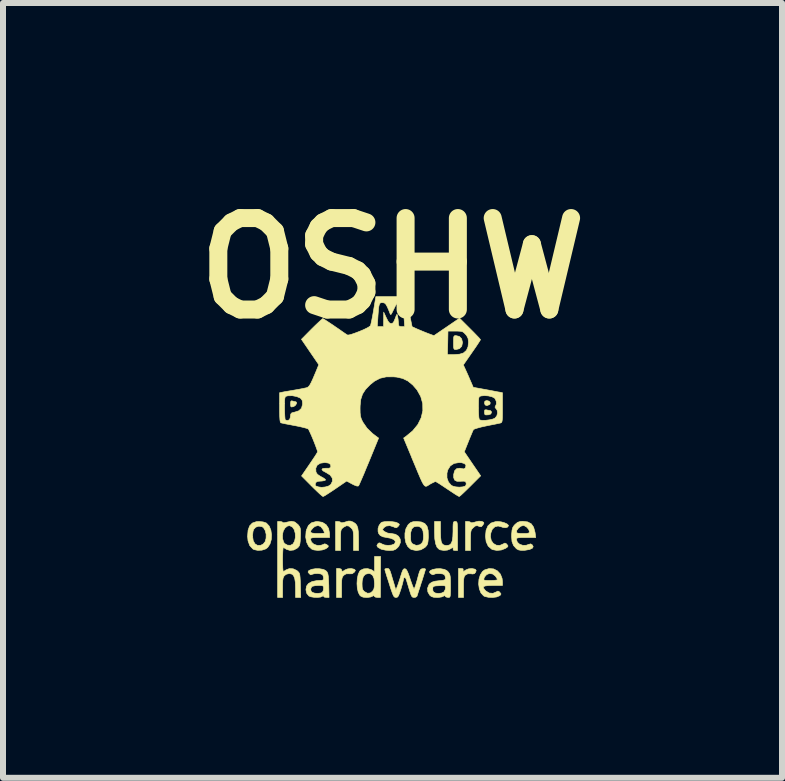
<source format=kicad_pcb>
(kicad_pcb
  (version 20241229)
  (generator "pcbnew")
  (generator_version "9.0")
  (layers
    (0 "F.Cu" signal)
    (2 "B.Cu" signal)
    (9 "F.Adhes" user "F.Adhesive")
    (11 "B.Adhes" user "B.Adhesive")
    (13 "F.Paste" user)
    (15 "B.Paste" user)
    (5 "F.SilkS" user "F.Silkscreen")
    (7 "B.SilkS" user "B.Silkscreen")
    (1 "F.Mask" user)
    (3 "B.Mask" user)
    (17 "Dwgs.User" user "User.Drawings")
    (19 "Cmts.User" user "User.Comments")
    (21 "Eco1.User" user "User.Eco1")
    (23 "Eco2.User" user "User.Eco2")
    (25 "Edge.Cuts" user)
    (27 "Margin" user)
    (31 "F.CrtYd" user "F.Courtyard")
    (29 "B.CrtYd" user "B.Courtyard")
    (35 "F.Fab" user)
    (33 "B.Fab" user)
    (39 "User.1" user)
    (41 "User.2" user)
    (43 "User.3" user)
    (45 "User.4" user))
  (footprint "OSHW"
    (layer "F.Cu")
    (at 3.491 4.441)
    (property "Reference" "OSHW" (at 0 -3.023 0) (layer "F.SilkS") (effects (font (size 1.524 1.524) (thickness 0.3))))
    (attr through_hole)
    (fp_poly (pts (xy 1.61 -0.806) (xy 1.628 -0.783) (xy 1.625 -0.758) (xy 1.614 -0.748) (xy 1.572 -0.732) (xy 1.543 -0.743) (xy 1.532 -0.774) (xy 1.539 -0.806) (xy 1.566 -0.816) (xy 1.574 -0.816) (xy 1.61 -0.806)) (stroke (width 0.01) (type solid)) (fill yes) (layer "F.SilkS"))
    (fp_poly (pts (xy 1.57 -0.66) (xy 1.609 -0.652) (xy 1.628 -0.65) (xy 1.645 -0.636) (xy 1.649 -0.618) (xy 1.637 -0.592) (xy 1.599 -0.579) (xy 1.561 -0.577) (xy 1.541 -0.58) (xy 1.534 -0.601) (xy 1.532 -0.629) (xy 1.537 -0.659) (xy 1.558 -0.663) (xy 1.57 -0.66)) (stroke (width 0.01) (type solid)) (fill yes) (layer "F.SilkS"))
    (fp_poly (pts (xy -1.673 -0.81) (xy -1.634 -0.8) (xy -1.621 -0.799) (xy -1.601 -0.789) (xy -1.6 -0.766) (xy -1.616 -0.739) (xy -1.644 -0.718) (xy -1.653 -0.715) (xy -1.684 -0.709) (xy -1.696 -0.72) (xy -1.699 -0.755) (xy -1.699 -0.761) (xy -1.696 -0.8) (xy -1.684 -0.812) (xy -1.673 -0.81)) (stroke (width 0.01) (type solid)) (fill yes) (layer "F.SilkS"))
    (fp_poly (pts (xy 1.113 -1.885) (xy 1.151 -1.846) (xy 1.166 -1.786) (xy 1.166 -1.782) (xy 1.153 -1.721) (xy 1.115 -1.681) (xy 1.057 -1.666) (xy 1.054 -1.666) (xy 1.034 -1.668) (xy 1.023 -1.679) (xy 1.017 -1.707) (xy 1.016 -1.759) (xy 1.016 -1.782) (xy 1.017 -1.843) (xy 1.02 -1.878) (xy 1.03 -1.894) (xy 1.046 -1.899) (xy 1.054 -1.899) (xy 1.113 -1.885)) (stroke (width 0.01) (type solid)) (fill yes) (layer "F.SilkS"))
    (fp_poly (pts (xy 1.174 1.987) (xy 1.177 2.005) (xy 1.177 2.007) (xy 1.175 2.029) (xy 1.194 2.026) (xy 1.223 2.006) (xy 1.268 1.988) (xy 1.324 1.983) (xy 1.372 1.993) (xy 1.38 1.997) (xy 1.394 2.016) (xy 1.384 2.045) (xy 1.365 2.068) (xy 1.334 2.074) (xy 1.307 2.07) (xy 1.254 2.07) (xy 1.215 2.091) (xy 1.2 2.108) (xy 1.191 2.133) (xy 1.185 2.171) (xy 1.183 2.231) (xy 1.183 2.293) (xy 1.183 2.465) (xy 1.099 2.465) (xy 1.099 1.982) (xy 1.143 1.982) (xy 1.174 1.987)) (stroke (width 0.01) (type solid)) (fill yes) (layer "F.SilkS"))
    (fp_poly (pts (xy 1.488 1.198) (xy 1.491 1.199) (xy 1.519 1.213) (xy 1.522 1.229) (xy 1.506 1.257) (xy 1.482 1.285) (xy 1.458 1.286) (xy 1.448 1.282) (xy 1.41 1.268) (xy 1.377 1.275) (xy 1.34 1.307) (xy 1.321 1.328) (xy 1.309 1.351) (xy 1.303 1.385) (xy 1.3 1.436) (xy 1.299 1.512) (xy 1.299 1.682) (xy 1.216 1.682) (xy 1.216 1.199) (xy 1.256 1.199) (xy 1.289 1.205) (xy 1.302 1.215) (xy 1.32 1.221) (xy 1.361 1.213) (xy 1.378 1.207) (xy 1.44 1.193) (xy 1.488 1.198)) (stroke (width 0.01) (type solid)) (fill yes) (layer "F.SilkS"))
    (fp_poly (pts (xy -0.858 1.991) (xy -0.849 2.007) (xy -0.842 2.029) (xy -0.82 2.025) (xy -0.792 2.006) (xy -0.746 1.988) (xy -0.689 1.983) (xy -0.64 1.994) (xy -0.634 1.998) (xy -0.619 2.013) (xy -0.628 2.033) (xy -0.639 2.046) (xy -0.673 2.07) (xy -0.719 2.071) (xy -0.724 2.07) (xy -0.773 2.071) (xy -0.811 2.094) (xy -0.814 2.097) (xy -0.831 2.117) (xy -0.841 2.142) (xy -0.847 2.18) (xy -0.849 2.239) (xy -0.849 2.298) (xy -0.849 2.465) (xy -0.933 2.465) (xy -0.933 1.982) (xy -0.891 1.982) (xy -0.858 1.991)) (stroke (width 0.01) (type solid)) (fill yes) (layer "F.SilkS"))
    (fp_poly (pts (xy -0.666 1.205) (xy -0.659 1.208) (xy -0.622 1.231) (xy -0.596 1.261) (xy -0.579 1.306) (xy -0.57 1.369) (xy -0.567 1.458) (xy -0.566 1.5) (xy -0.566 1.682) (xy -0.65 1.682) (xy -0.65 1.515) (xy -0.65 1.438) (xy -0.653 1.386) (xy -0.659 1.352) (xy -0.671 1.329) (xy -0.69 1.307) (xy -0.69 1.307) (xy -0.732 1.274) (xy -0.769 1.27) (xy -0.813 1.293) (xy -0.822 1.3) (xy -0.842 1.317) (xy -0.855 1.336) (xy -0.862 1.364) (xy -0.865 1.408) (xy -0.866 1.475) (xy -0.866 1.509) (xy -0.866 1.682) (xy -0.949 1.682) (xy -0.949 1.199) (xy -0.909 1.199) (xy -0.876 1.205) (xy -0.863 1.215) (xy -0.845 1.221) (xy -0.804 1.213) (xy -0.786 1.207) (xy -0.737 1.192) (xy -0.703 1.192) (xy -0.666 1.205)) (stroke (width 0.01) (type solid)) (fill yes) (layer "F.SilkS"))
    (fp_poly (pts (xy 1.81 1.205) (xy 1.864 1.22) (xy 1.908 1.24) (xy 1.931 1.262) (xy 1.932 1.269) (xy 1.918 1.292) (xy 1.884 1.302) (xy 1.841 1.298) (xy 1.82 1.29) (xy 1.758 1.274) (xy 1.705 1.288) (xy 1.663 1.327) (xy 1.638 1.391) (xy 1.632 1.451) (xy 1.645 1.516) (xy 1.68 1.565) (xy 1.73 1.594) (xy 1.787 1.598) (xy 1.843 1.574) (xy 1.872 1.559) (xy 1.894 1.568) (xy 1.907 1.582) (xy 1.923 1.604) (xy 1.92 1.62) (xy 1.893 1.64) (xy 1.88 1.648) (xy 1.813 1.674) (xy 1.738 1.681) (xy 1.669 1.668) (xy 1.652 1.66) (xy 1.594 1.609) (xy 1.56 1.535) (xy 1.549 1.444) (xy 1.559 1.345) (xy 1.59 1.272) (xy 1.641 1.225) (xy 1.714 1.202) (xy 1.754 1.199) (xy 1.81 1.205)) (stroke (width 0.01) (type solid)) (fill yes) (layer "F.SilkS"))
    (fp_poly (pts (xy -2.157 1.206) (xy -2.106 1.223) (xy -2.101 1.226) (xy -2.055 1.276) (xy -2.027 1.344) (xy -2.016 1.422) (xy -2.021 1.502) (xy -2.042 1.574) (xy -2.08 1.631) (xy -2.113 1.656) (xy -2.177 1.677) (xy -2.247 1.68) (xy -2.309 1.667) (xy -2.328 1.656) (xy -2.379 1.601) (xy -2.408 1.521) (xy -2.415 1.448) (xy -2.332 1.448) (xy -2.321 1.52) (xy -2.292 1.571) (xy -2.25 1.597) (xy -2.197 1.596) (xy -2.154 1.574) (xy -2.122 1.534) (xy -2.107 1.477) (xy -2.106 1.412) (xy -2.121 1.351) (xy -2.149 1.304) (xy -2.173 1.286) (xy -2.228 1.277) (xy -2.28 1.294) (xy -2.314 1.331) (xy -2.325 1.366) (xy -2.331 1.42) (xy -2.332 1.448) (xy -2.415 1.448) (xy -2.415 1.443) (xy -2.407 1.344) (xy -2.381 1.272) (xy -2.336 1.225) (xy -2.27 1.202) (xy -2.224 1.199) (xy -2.157 1.206)) (stroke (width 0.01) (type solid)) (fill yes) (layer "F.SilkS"))
    (fp_poly (pts (xy 0.799 1.372) (xy 0.802 1.464) (xy 0.81 1.529) (xy 0.826 1.569) (xy 0.853 1.591) (xy 0.891 1.599) (xy 0.902 1.599) (xy 0.946 1.592) (xy 0.976 1.567) (xy 0.995 1.522) (xy 1.005 1.451) (xy 1.008 1.364) (xy 1.008 1.289) (xy 1.01 1.241) (xy 1.015 1.214) (xy 1.024 1.202) (xy 1.04 1.199) (xy 1.045 1.199) (xy 1.06 1.2) (xy 1.07 1.207) (xy 1.077 1.223) (xy 1.08 1.255) (xy 1.082 1.308) (xy 1.083 1.386) (xy 1.083 1.441) (xy 1.083 1.682) (xy 1.042 1.682) (xy 1.012 1.676) (xy 1.01 1.657) (xy 1.011 1.636) (xy 0.991 1.638) (xy 0.959 1.658) (xy 0.914 1.676) (xy 0.855 1.681) (xy 0.798 1.672) (xy 0.777 1.663) (xy 0.742 1.629) (xy 0.719 1.572) (xy 0.704 1.488) (xy 0.7 1.376) (xy 0.7 1.366) (xy 0.7 1.199) (xy 0.799 1.199) (xy 0.799 1.372)) (stroke (width 0.01) (type solid)) (fill yes) (layer "F.SilkS"))
    (fp_poly (pts (xy -0.202 2.465) (xy -0.25 2.465) (xy -0.286 2.459) (xy -0.305 2.444) (xy -0.316 2.432) (xy -0.334 2.444) (xy -0.364 2.457) (xy -0.411 2.464) (xy -0.433 2.465) (xy -0.491 2.46) (xy -0.53 2.442) (xy -0.545 2.428) (xy -0.571 2.379) (xy -0.587 2.31) (xy -0.592 2.235) (xy -0.508 2.235) (xy -0.506 2.294) (xy -0.498 2.331) (xy -0.48 2.357) (xy -0.469 2.367) (xy -0.417 2.395) (xy -0.37 2.39) (xy -0.334 2.362) (xy -0.312 2.328) (xy -0.302 2.28) (xy -0.3 2.232) (xy -0.308 2.149) (xy -0.332 2.095) (xy -0.373 2.068) (xy -0.398 2.065) (xy -0.452 2.078) (xy -0.487 2.117) (xy -0.505 2.184) (xy -0.508 2.235) (xy -0.592 2.235) (xy -0.592 2.231) (xy -0.587 2.151) (xy -0.572 2.08) (xy -0.547 2.027) (xy -0.533 2.012) (xy -0.48 1.988) (xy -0.415 1.984) (xy -0.354 2.002) (xy -0.341 2.009) (xy -0.3 2.036) (xy -0.3 1.782) (xy -0.199 1.782) (xy -0.202 2.465)) (stroke (width 0.01) (type solid)) (fill yes) (layer "F.SilkS"))
    (fp_poly (pts (xy 0.48 1.207) (xy 0.538 1.233) (xy 0.575 1.279) (xy 0.594 1.349) (xy 0.597 1.446) (xy 0.597 1.462) (xy 0.592 1.527) (xy 0.585 1.569) (xy 0.571 1.598) (xy 0.547 1.625) (xy 0.536 1.634) (xy 0.471 1.671) (xy 0.395 1.683) (xy 0.318 1.667) (xy 0.298 1.657) (xy 0.253 1.615) (xy 0.222 1.552) (xy 0.207 1.475) (xy 0.207 1.442) (xy 0.3 1.442) (xy 0.302 1.503) (xy 0.309 1.539) (xy 0.324 1.563) (xy 0.337 1.573) (xy 0.394 1.597) (xy 0.449 1.589) (xy 0.483 1.566) (xy 0.504 1.536) (xy 0.514 1.492) (xy 0.516 1.435) (xy 0.508 1.357) (xy 0.484 1.307) (xy 0.441 1.282) (xy 0.408 1.278) (xy 0.355 1.289) (xy 0.321 1.322) (xy 0.303 1.382) (xy 0.3 1.442) (xy 0.207 1.442) (xy 0.207 1.395) (xy 0.223 1.32) (xy 0.257 1.258) (xy 0.268 1.245) (xy 0.303 1.216) (xy 0.342 1.203) (xy 0.399 1.199) (xy 0.4 1.199) (xy 0.48 1.207)) (stroke (width 0.01) (type solid)) (fill yes) (layer "F.SilkS"))
    (fp_poly (pts (xy 1.684 1.989) (xy 1.747 2.021) (xy 1.797 2.075) (xy 1.826 2.149) (xy 1.832 2.205) (xy 1.832 2.265) (xy 1.674 2.265) (xy 1.591 2.267) (xy 1.539 2.274) (xy 1.515 2.288) (xy 1.517 2.31) (xy 1.543 2.344) (xy 1.557 2.358) (xy 1.611 2.391) (xy 1.673 2.396) (xy 1.726 2.374) (xy 1.755 2.359) (xy 1.777 2.368) (xy 1.789 2.381) (xy 1.807 2.405) (xy 1.801 2.422) (xy 1.78 2.438) (xy 1.732 2.457) (xy 1.667 2.465) (xy 1.598 2.462) (xy 1.539 2.449) (xy 1.518 2.438) (xy 1.473 2.389) (xy 1.446 2.321) (xy 1.435 2.243) (xy 1.44 2.164) (xy 1.52 2.164) (xy 1.527 2.175) (xy 1.551 2.18) (xy 1.598 2.182) (xy 1.631 2.182) (xy 1.689 2.18) (xy 1.731 2.175) (xy 1.749 2.168) (xy 1.749 2.167) (xy 1.739 2.146) (xy 1.716 2.112) (xy 1.714 2.109) (xy 1.669 2.074) (xy 1.617 2.065) (xy 1.569 2.083) (xy 1.533 2.124) (xy 1.525 2.144) (xy 1.52 2.164) (xy 1.44 2.164) (xy 1.44 2.163) (xy 1.462 2.09) (xy 1.499 2.032) (xy 1.534 2.006) (xy 1.61 1.983) (xy 1.684 1.989)) (stroke (width 0.01) (type solid)) (fill yes) (layer "F.SilkS"))
    (fp_poly (pts (xy -1.169 1.213) (xy -1.106 1.253) (xy -1.065 1.316) (xy -1.049 1.4) (xy -1.049 1.407) (xy -1.049 1.466) (xy -1.208 1.466) (xy -1.281 1.466) (xy -1.328 1.469) (xy -1.354 1.475) (xy -1.364 1.485) (xy -1.366 1.496) (xy -1.351 1.542) (xy -1.311 1.578) (xy -1.257 1.597) (xy -1.235 1.599) (xy -1.189 1.594) (xy -1.157 1.583) (xy -1.154 1.581) (xy -1.129 1.571) (xy -1.101 1.581) (xy -1.072 1.602) (xy -1.072 1.622) (xy -1.102 1.646) (xy -1.114 1.654) (xy -1.172 1.674) (xy -1.243 1.681) (xy -1.31 1.673) (xy -1.345 1.66) (xy -1.397 1.613) (xy -1.431 1.544) (xy -1.447 1.46) (xy -1.441 1.374) (xy -1.367 1.374) (xy -1.346 1.391) (xy -1.294 1.398) (xy -1.249 1.399) (xy -1.192 1.398) (xy -1.15 1.395) (xy -1.133 1.39) (xy -1.133 1.39) (xy -1.14 1.37) (xy -1.156 1.335) (xy -1.157 1.334) (xy -1.196 1.284) (xy -1.242 1.266) (xy -1.293 1.281) (xy -1.325 1.307) (xy -1.359 1.347) (xy -1.367 1.374) (xy -1.441 1.374) (xy -1.441 1.369) (xy -1.434 1.338) (xy -1.401 1.265) (xy -1.349 1.22) (xy -1.275 1.2) (xy -1.251 1.199) (xy -1.169 1.213)) (stroke (width 0.01) (type solid)) (fill yes) (layer "F.SilkS"))
    (fp_poly (pts (xy -0.009 1.202) (xy 0.046 1.21) (xy 0.072 1.218) (xy 0.106 1.237) (xy 0.114 1.252) (xy 0.1 1.273) (xy 0.093 1.281) (xy 0.069 1.302) (xy 0.044 1.301) (xy 0.02 1.289) (xy -0.047 1.268) (xy -0.105 1.275) (xy -0.143 1.301) (xy -0.164 1.327) (xy -0.161 1.344) (xy -0.135 1.367) (xy -0.079 1.393) (xy -0.022 1.399) (xy 0.049 1.412) (xy 0.1 1.445) (xy 0.128 1.493) (xy 0.131 1.55) (xy 0.106 1.608) (xy 0.085 1.634) (xy 0.05 1.663) (xy 0.014 1.678) (xy -0.038 1.682) (xy -0.053 1.682) (xy -0.115 1.677) (xy -0.173 1.665) (xy -0.194 1.658) (xy -0.243 1.63) (xy -0.261 1.602) (xy -0.246 1.572) (xy -0.245 1.571) (xy -0.224 1.555) (xy -0.201 1.56) (xy -0.178 1.573) (xy -0.132 1.591) (xy -0.075 1.597) (xy -0.018 1.592) (xy 0.025 1.576) (xy 0.04 1.562) (xy 0.046 1.528) (xy 0.021 1.5) (xy -0.033 1.478) (xy -0.088 1.468) (xy -0.16 1.454) (xy -0.205 1.432) (xy -0.231 1.399) (xy -0.241 1.366) (xy -0.241 1.315) (xy -0.223 1.262) (xy -0.193 1.222) (xy -0.174 1.21) (xy -0.132 1.202) (xy -0.072 1.199) (xy -0.009 1.202)) (stroke (width 0.01) (type solid)) (fill yes) (layer "F.SilkS"))
    (fp_poly (pts (xy 2.252 1.206) (xy 2.312 1.238) (xy 2.351 1.294) (xy 2.374 1.378) (xy 2.376 1.388) (xy 2.386 1.466) (xy 2.226 1.466) (xy 2.152 1.466) (xy 2.105 1.469) (xy 2.079 1.474) (xy 2.068 1.484) (xy 2.065 1.499) (xy 2.08 1.545) (xy 2.118 1.578) (xy 2.17 1.596) (xy 2.229 1.595) (xy 2.268 1.581) (xy 2.302 1.572) (xy 2.329 1.589) (xy 2.344 1.619) (xy 2.329 1.645) (xy 2.285 1.665) (xy 2.217 1.677) (xy 2.203 1.679) (xy 2.142 1.68) (xy 2.101 1.673) (xy 2.068 1.655) (xy 2.063 1.651) (xy 2.017 1.6) (xy 1.991 1.535) (xy 1.984 1.448) (xy 1.985 1.407) (xy 1.989 1.369) (xy 2.065 1.369) (xy 2.07 1.385) (xy 2.087 1.394) (xy 2.125 1.398) (xy 2.174 1.399) (xy 2.233 1.398) (xy 2.265 1.393) (xy 2.279 1.382) (xy 2.282 1.369) (xy 2.268 1.329) (xy 2.234 1.291) (xy 2.193 1.268) (xy 2.178 1.266) (xy 2.137 1.278) (xy 2.098 1.309) (xy 2.07 1.347) (xy 2.065 1.369) (xy 1.989 1.369) (xy 1.991 1.344) (xy 2.002 1.302) (xy 2.023 1.269) (xy 2.043 1.247) (xy 2.084 1.213) (xy 2.128 1.199) (xy 2.17 1.196) (xy 2.252 1.206)) (stroke (width 0.01) (type solid)) (fill yes) (layer "F.SilkS"))
    (fp_poly (pts (xy -1.159 1.996) (xy -1.136 2.005) (xy -1.109 2.021) (xy -1.091 2.04) (xy -1.078 2.069) (xy -1.07 2.113) (xy -1.066 2.177) (xy -1.062 2.268) (xy -1.062 2.286) (xy -1.058 2.465) (xy -1.103 2.465) (xy -1.137 2.459) (xy -1.149 2.445) (xy -1.154 2.433) (xy -1.169 2.445) (xy -1.201 2.459) (xy -1.252 2.464) (xy -1.311 2.462) (xy -1.364 2.453) (xy -1.394 2.44) (xy -1.429 2.397) (xy -1.443 2.338) (xy -1.441 2.323) (xy -1.364 2.323) (xy -1.357 2.361) (xy -1.337 2.38) (xy -1.295 2.394) (xy -1.243 2.397) (xy -1.195 2.391) (xy -1.169 2.378) (xy -1.154 2.348) (xy -1.149 2.312) (xy -1.151 2.285) (xy -1.163 2.271) (xy -1.192 2.266) (xy -1.238 2.265) (xy -1.291 2.269) (xy -1.332 2.278) (xy -1.346 2.285) (xy -1.364 2.323) (xy -1.441 2.323) (xy -1.433 2.276) (xy -1.433 2.276) (xy -1.4 2.232) (xy -1.341 2.2) (xy -1.263 2.184) (xy -1.225 2.182) (xy -1.178 2.18) (xy -1.156 2.172) (xy -1.149 2.152) (xy -1.149 2.144) (xy -1.157 2.104) (xy -1.169 2.085) (xy -1.2 2.072) (xy -1.247 2.066) (xy -1.297 2.068) (xy -1.335 2.077) (xy -1.343 2.082) (xy -1.366 2.087) (xy -1.388 2.068) (xy -1.407 2.043) (xy -1.402 2.025) (xy -1.39 2.015) (xy -1.348 1.996) (xy -1.287 1.986) (xy -1.22 1.986) (xy -1.159 1.996)) (stroke (width 0.01) (type solid)) (fill yes) (layer "F.SilkS"))
    (fp_poly (pts (xy 0.803 1.986) (xy 0.864 1.997) (xy 0.905 2.017) (xy 0.928 2.039) (xy 0.944 2.061) (xy 0.955 2.086) (xy 0.962 2.12) (xy 0.965 2.171) (xy 0.966 2.246) (xy 0.966 2.274) (xy 0.966 2.356) (xy 0.964 2.411) (xy 0.961 2.443) (xy 0.953 2.459) (xy 0.941 2.464) (xy 0.926 2.465) (xy 0.892 2.457) (xy 0.878 2.444) (xy 0.867 2.432) (xy 0.848 2.444) (xy 0.82 2.456) (xy 0.771 2.464) (xy 0.741 2.465) (xy 0.682 2.461) (xy 0.644 2.447) (xy 0.619 2.426) (xy 0.588 2.372) (xy 0.584 2.312) (xy 0.669 2.312) (xy 0.673 2.353) (xy 0.684 2.374) (xy 0.716 2.392) (xy 0.765 2.398) (xy 0.816 2.392) (xy 0.854 2.374) (xy 0.857 2.372) (xy 0.877 2.335) (xy 0.883 2.305) (xy 0.881 2.282) (xy 0.87 2.271) (xy 0.844 2.267) (xy 0.793 2.268) (xy 0.779 2.269) (xy 0.721 2.272) (xy 0.689 2.279) (xy 0.674 2.293) (xy 0.669 2.312) (xy 0.584 2.312) (xy 0.584 2.31) (xy 0.606 2.253) (xy 0.623 2.233) (xy 0.659 2.209) (xy 0.708 2.194) (xy 0.773 2.186) (xy 0.832 2.18) (xy 0.865 2.173) (xy 0.88 2.16) (xy 0.883 2.141) (xy 0.874 2.103) (xy 0.863 2.085) (xy 0.835 2.073) (xy 0.79 2.067) (xy 0.742 2.067) (xy 0.704 2.073) (xy 0.691 2.082) (xy 0.672 2.087) (xy 0.645 2.075) (xy 0.622 2.054) (xy 0.616 2.038) (xy 0.631 2.016) (xy 0.671 1.998) (xy 0.728 1.987) (xy 0.791 1.985) (xy 0.803 1.986)) (stroke (width 0.01) (type solid)) (fill yes) (layer "F.SilkS"))
    (fp_poly (pts (xy -0.077 1.982) (xy -0.064 1.987) (xy -0.053 2) (xy -0.04 2.026) (xy -0.025 2.071) (xy -0.005 2.139) (xy 0.018 2.215) (xy 0.055 2.34) (xy 0.076 2.29) (xy 0.091 2.25) (xy 0.111 2.19) (xy 0.133 2.122) (xy 0.136 2.111) (xy 0.157 2.045) (xy 0.173 2.007) (xy 0.189 1.989) (xy 0.207 1.986) (xy 0.207 1.986) (xy 0.225 1.995) (xy 0.243 2.022) (xy 0.264 2.07) (xy 0.29 2.145) (xy 0.292 2.154) (xy 0.316 2.222) (xy 0.336 2.277) (xy 0.352 2.311) (xy 0.359 2.32) (xy 0.368 2.306) (xy 0.383 2.267) (xy 0.401 2.208) (xy 0.415 2.157) (xy 0.435 2.082) (xy 0.45 2.033) (xy 0.464 2.005) (xy 0.479 1.991) (xy 0.499 1.986) (xy 0.504 1.985) (xy 0.537 1.985) (xy 0.55 1.993) (xy 0.545 2.012) (xy 0.531 2.058) (xy 0.511 2.122) (xy 0.487 2.199) (xy 0.481 2.214) (xy 0.456 2.294) (xy 0.433 2.363) (xy 0.417 2.415) (xy 0.408 2.442) (xy 0.407 2.444) (xy 0.388 2.46) (xy 0.36 2.465) (xy 0.339 2.462) (xy 0.323 2.45) (xy 0.308 2.421) (xy 0.291 2.371) (xy 0.275 2.319) (xy 0.255 2.252) (xy 0.238 2.197) (xy 0.227 2.16) (xy 0.225 2.153) (xy 0.208 2.133) (xy 0.189 2.139) (xy 0.183 2.159) (xy 0.178 2.186) (xy 0.166 2.236) (xy 0.147 2.3) (xy 0.14 2.325) (xy 0.117 2.393) (xy 0.1 2.435) (xy 0.085 2.457) (xy 0.067 2.464) (xy 0.057 2.465) (xy 0.04 2.462) (xy 0.025 2.451) (xy 0.01 2.425) (xy -0.007 2.381) (xy -0.031 2.312) (xy -0.047 2.261) (xy -0.073 2.18) (xy -0.096 2.109) (xy -0.113 2.053) (xy -0.123 2.021) (xy -0.124 2.02) (xy -0.128 1.992) (xy -0.109 1.983) (xy -0.094 1.982) (xy -0.077 1.982)) (stroke (width 0.01) (type solid)) (fill yes) (layer "F.SilkS"))
    (fp_poly (pts (xy -1.629 1.207) (xy -1.577 1.249) (xy -1.572 1.254) (xy -1.552 1.281) (xy -1.539 1.308) (xy -1.534 1.342) (xy -1.533 1.394) (xy -1.535 1.454) (xy -1.538 1.526) (xy -1.544 1.573) (xy -1.553 1.603) (xy -1.569 1.625) (xy -1.587 1.642) (xy -1.645 1.674) (xy -1.708 1.681) (xy -1.765 1.664) (xy -1.775 1.658) (xy -1.805 1.639) (xy -1.82 1.633) (xy -1.824 1.648) (xy -1.828 1.69) (xy -1.831 1.753) (xy -1.832 1.83) (xy -1.832 1.832) (xy -1.831 1.909) (xy -1.829 1.972) (xy -1.825 2.015) (xy -1.82 2.031) (xy -1.82 2.031) (xy -1.798 2.022) (xy -1.775 2.006) (xy -1.72 1.984) (xy -1.657 1.987) (xy -1.597 2.014) (xy -1.587 2.022) (xy -1.568 2.04) (xy -1.554 2.059) (xy -1.546 2.086) (xy -1.541 2.126) (xy -1.537 2.188) (xy -1.535 2.264) (xy -1.53 2.465) (xy -1.616 2.465) (xy -1.616 2.314) (xy -1.619 2.216) (xy -1.63 2.146) (xy -1.65 2.101) (xy -1.672 2.078) (xy -1.717 2.066) (xy -1.768 2.077) (xy -1.799 2.099) (xy -1.814 2.118) (xy -1.824 2.145) (xy -1.83 2.185) (xy -1.832 2.247) (xy -1.832 2.298) (xy -1.832 2.465) (xy -1.915 2.465) (xy -1.915 1.418) (xy -1.834 1.418) (xy -1.832 1.485) (xy -1.815 1.542) (xy -1.799 1.566) (xy -1.752 1.593) (xy -1.701 1.596) (xy -1.659 1.573) (xy -1.632 1.527) (xy -1.619 1.464) (xy -1.621 1.397) (xy -1.637 1.337) (xy -1.666 1.294) (xy -1.67 1.291) (xy -1.713 1.269) (xy -1.749 1.274) (xy -1.791 1.306) (xy -1.791 1.307) (xy -1.82 1.355) (xy -1.834 1.418) (xy -1.915 1.418) (xy -1.915 1.199) (xy -1.875 1.199) (xy -1.842 1.205) (xy -1.829 1.215) (xy -1.811 1.221) (xy -1.77 1.213) (xy -1.76 1.21) (xy -1.687 1.195) (xy -1.629 1.207)) (stroke (width 0.01) (type solid)) (fill yes) (layer "F.SilkS"))
    (fp_poly (pts (xy 0.22 -2.534) (xy 0.232 -2.492) (xy 0.247 -2.428) (xy 0.265 -2.348) (xy 0.275 -2.299) (xy 0.326 -2.047) (xy 0.4 -2.013) (xy 0.457 -1.989) (xy 0.527 -1.96) (xy 0.582 -1.938) (xy 0.69 -1.898) (xy 0.903 -2.043) (xy 1.117 -2.189) (xy 1.291 -2.015) (xy 1.353 -1.953) (xy 1.404 -1.9) (xy 1.443 -1.859) (xy 1.463 -1.835) (xy 1.466 -1.831) (xy 1.457 -1.815) (xy 1.432 -1.776) (xy 1.395 -1.72) (xy 1.348 -1.652) (xy 1.323 -1.616) (xy 1.18 -1.41) (xy 1.23 -1.301) (xy 1.261 -1.232) (xy 1.291 -1.162) (xy 1.312 -1.114) (xy 1.345 -1.037) (xy 1.543 -1.001) (xy 1.625 -0.986) (xy 1.698 -0.972) (xy 1.755 -0.961) (xy 1.786 -0.956) (xy 1.832 -0.947) (xy 1.832 -0.699) (xy 1.832 -0.603) (xy 1.831 -0.535) (xy 1.828 -0.491) (xy 1.823 -0.464) (xy 1.815 -0.45) (xy 1.803 -0.444) (xy 1.795 -0.441) (xy 1.764 -0.435) (xy 1.709 -0.423) (xy 1.637 -0.409) (xy 1.559 -0.393) (xy 1.481 -0.376) (xy 1.415 -0.358) (xy 1.368 -0.343) (xy 1.348 -0.331) (xy 1.336 -0.307) (xy 1.316 -0.259) (xy 1.289 -0.195) (xy 1.265 -0.135) (xy 1.196 0.038) (xy 1.332 0.238) (xy 1.469 0.438) (xy 1.297 0.61) (xy 1.235 0.671) (xy 1.181 0.723) (xy 1.14 0.761) (xy 1.115 0.781) (xy 1.111 0.783) (xy 1.093 0.774) (xy 1.052 0.75) (xy 0.996 0.713) (xy 0.929 0.669) (xy 0.913 0.658) (xy 0.844 0.612) (xy 0.785 0.573) (xy 0.741 0.546) (xy 0.718 0.533) (xy 0.716 0.533) (xy 0.695 0.541) (xy 0.656 0.56) (xy 0.63 0.574) (xy 0.603 0.591) (xy 0.581 0.605) (xy 0.563 0.612) (xy 0.546 0.611) (xy 0.53 0.599) (xy 0.511 0.573) (xy 0.488 0.53) (xy 0.46 0.468) (xy 0.428 0.393) (xy 0.907 0.393) (xy 0.907 0.473) (xy 0.932 0.542) (xy 0.977 0.594) (xy 1.003 0.609) (xy 1.053 0.622) (xy 1.113 0.627) (xy 1.17 0.622) (xy 1.211 0.609) (xy 1.219 0.603) (xy 1.228 0.575) (xy 1.226 0.554) (xy 1.214 0.534) (xy 1.191 0.527) (xy 1.146 0.528) (xy 1.136 0.529) (xy 1.073 0.529) (xy 1.036 0.51) (xy 1.019 0.469) (xy 1.019 0.414) (xy 1.035 0.353) (xy 1.07 0.318) (xy 1.123 0.311) (xy 1.151 0.317) (xy 1.188 0.323) (xy 1.21 0.309) (xy 1.218 0.296) (xy 1.223 0.26) (xy 1.199 0.234) (xy 1.149 0.219) (xy 1.108 0.217) (xy 1.026 0.231) (xy 0.963 0.272) (xy 0.922 0.337) (xy 0.907 0.393) (xy 0.428 0.393) (xy 0.424 0.384) (xy 0.379 0.275) (xy 0.322 0.139) (xy 0.31 0.108) (xy 0.185 -0.192) (xy 0.221 -0.217) (xy 0.335 -0.311) (xy 0.421 -0.416) (xy 0.477 -0.529) (xy 0.505 -0.647) (xy 0.504 -0.692) (xy 1.432 -0.692) (xy 1.434 -0.601) (xy 1.438 -0.539) (xy 1.445 -0.504) (xy 1.453 -0.493) (xy 1.493 -0.486) (xy 1.551 -0.487) (xy 1.615 -0.495) (xy 1.672 -0.508) (xy 1.705 -0.522) (xy 1.737 -0.559) (xy 1.75 -0.608) (xy 1.743 -0.656) (xy 1.723 -0.683) (xy 1.707 -0.707) (xy 1.715 -0.722) (xy 1.731 -0.759) (xy 1.728 -0.806) (xy 1.708 -0.848) (xy 1.7 -0.857) (xy 1.658 -0.879) (xy 1.597 -0.894) (xy 1.531 -0.899) (xy 1.475 -0.893) (xy 1.457 -0.887) (xy 1.445 -0.878) (xy 1.437 -0.858) (xy 1.434 -0.822) (xy 1.433 -0.763) (xy 1.432 -0.692) (xy 0.504 -0.692) (xy 0.503 -0.766) (xy 0.47 -0.883) (xy 0.408 -0.994) (xy 0.337 -1.076) (xy 0.256 -1.142) (xy 0.171 -1.184) (xy 0.072 -1.207) (xy 0.015 -1.212) (xy -0.106 -1.211) (xy -0.207 -1.188) (xy -0.298 -1.141) (xy -0.371 -1.083) (xy -0.449 -1.003) (xy -0.5 -0.924) (xy -0.529 -0.836) (xy -0.54 -0.73) (xy -0.541 -0.691) (xy -0.54 -0.615) (xy -0.535 -0.561) (xy -0.523 -0.518) (xy -0.504 -0.475) (xy -0.492 -0.453) (xy -0.425 -0.356) (xy -0.332 -0.266) (xy -0.278 -0.225) (xy -0.232 -0.191) (xy -0.392 0.2) (xy -0.437 0.307) (xy -0.477 0.405) (xy -0.513 0.488) (xy -0.541 0.552) (xy -0.56 0.594) (xy -0.568 0.607) (xy -0.592 0.609) (xy -0.638 0.592) (xy -0.674 0.574) (xy -0.764 0.525) (xy -0.953 0.654) (xy -1.023 0.701) (xy -1.083 0.74) (xy -1.129 0.769) (xy -1.155 0.782) (xy -1.158 0.783) (xy -1.175 0.772) (xy -1.211 0.741) (xy -1.261 0.694) (xy -1.32 0.637) (xy -1.346 0.611) (xy -1.36 0.597) (xy -1.289 0.597) (xy -1.278 0.607) (xy -1.244 0.619) (xy -1.233 0.623) (xy -1.182 0.63) (xy -1.122 0.624) (xy -1.066 0.608) (xy -1.029 0.583) (xy -1.029 0.583) (xy -1.001 0.528) (xy -1.005 0.474) (xy -1.04 0.425) (xy -1.104 0.385) (xy -1.11 0.382) (xy -1.159 0.355) (xy -1.177 0.333) (xy -1.164 0.317) (xy -1.121 0.312) (xy -1.104 0.312) (xy -1.059 0.312) (xy -1.036 0.301) (xy -1.028 0.283) (xy -1.033 0.249) (xy -1.066 0.226) (xy -1.124 0.217) (xy -1.131 0.217) (xy -1.204 0.228) (xy -1.255 0.26) (xy -1.279 0.311) (xy -1.276 0.375) (xy -1.252 0.413) (xy -1.199 0.448) (xy -1.187 0.454) (xy -1.144 0.478) (xy -1.119 0.499) (xy -1.116 0.508) (xy -1.136 0.518) (xy -1.178 0.525) (xy -1.198 0.526) (xy -1.247 0.53) (xy -1.273 0.544) (xy -1.285 0.564) (xy -1.289 0.597) (xy -1.36 0.597) (xy -1.516 0.44) (xy -1.383 0.246) (xy -1.335 0.175) (xy -1.294 0.114) (xy -1.265 0.068) (xy -1.25 0.041) (xy -1.249 0.038) (xy -1.255 0.013) (xy -1.272 -0.035) (xy -1.295 -0.096) (xy -1.322 -0.164) (xy -1.35 -0.231) (xy -1.376 -0.288) (xy -1.395 -0.328) (xy -1.404 -0.343) (xy -1.427 -0.352) (xy -1.477 -0.366) (xy -1.545 -0.382) (xy -1.624 -0.398) (xy -1.632 -0.399) (xy -1.713 -0.415) (xy -1.783 -0.428) (xy -1.834 -0.439) (xy -1.86 -0.445) (xy -1.861 -0.446) (xy -1.87 -0.459) (xy -1.876 -0.493) (xy -1.88 -0.551) (xy -1.882 -0.637) (xy -1.882 -0.694) (xy -1.799 -0.694) (xy -1.798 -0.617) (xy -1.795 -0.554) (xy -1.791 -0.51) (xy -1.787 -0.493) (xy -1.763 -0.486) (xy -1.741 -0.486) (xy -1.716 -0.499) (xy -1.704 -0.533) (xy -1.702 -0.552) (xy -1.696 -0.591) (xy -1.679 -0.611) (xy -1.642 -0.621) (xy -1.631 -0.623) (xy -1.561 -0.646) (xy -1.517 -0.688) (xy -1.5 -0.751) (xy -1.499 -0.766) (xy -1.504 -0.816) (xy -1.525 -0.847) (xy -1.54 -0.859) (xy -1.597 -0.883) (xy -1.669 -0.897) (xy -1.738 -0.896) (xy -1.756 -0.893) (xy -1.775 -0.887) (xy -1.787 -0.877) (xy -1.794 -0.857) (xy -1.798 -0.821) (xy -1.799 -0.763) (xy -1.799 -0.694) (xy -1.882 -0.694) (xy -1.882 -0.7) (xy -1.882 -0.947) (xy -1.836 -0.956) (xy -1.8 -0.963) (xy -1.741 -0.973) (xy -1.669 -0.985) (xy -1.624 -0.993) (xy -1.549 -1.006) (xy -1.484 -1.019) (xy -1.437 -1.029) (xy -1.421 -1.034) (xy -1.402 -1.046) (xy -1.381 -1.071) (xy -1.358 -1.112) (xy -1.329 -1.174) (xy -1.292 -1.261) (xy -1.271 -1.311) (xy -1.229 -1.414) (xy -1.344 -1.582) (xy 0.915 -1.582) (xy 1.025 -1.582) (xy 1.117 -1.589) (xy 1.179 -1.608) (xy 1.183 -1.61) (xy 1.231 -1.652) (xy 1.258 -1.712) (xy 1.266 -1.791) (xy 1.259 -1.851) (xy 1.235 -1.898) (xy 1.217 -1.919) (xy 1.19 -1.947) (xy 1.165 -1.964) (xy 1.131 -1.971) (xy 1.078 -1.974) (xy 1.047 -1.974) (xy 0.924 -1.974) (xy 0.92 -1.778) (xy 0.915 -1.582) (xy -1.344 -1.582) (xy -1.374 -1.626) (xy -1.518 -1.837) (xy -1.347 -2.01) (xy -1.285 -2.071) (xy -1.231 -2.122) (xy -1.19 -2.16) (xy -1.166 -2.18) (xy -1.162 -2.182) (xy -1.144 -2.173) (xy -1.105 -2.148) (xy -1.049 -2.111) (xy -0.981 -2.066) (xy -0.962 -2.052) (xy -0.891 -2.004) (xy -0.83 -1.961) (xy -0.783 -1.929) (xy -0.756 -1.911) (xy -0.753 -1.909) (xy -0.728 -1.909) (xy -0.682 -1.921) (xy -0.621 -1.942) (xy -0.553 -1.968) (xy -0.486 -1.996) (xy -0.428 -2.024) (xy -0.386 -2.048) (xy -0.384 -2.049) (xy -0.254 -2.049) (xy -0.15 -2.049) (xy -0.147 -2.29) (xy -0.103 -2.194) (xy -0.074 -2.138) (xy -0.05 -2.109) (xy -0.026 -2.099) (xy -0.023 -2.099) (xy 0.002 -2.106) (xy 0.022 -2.132) (xy 0.044 -2.184) (xy 0.044 -2.184) (xy 0.062 -2.232) (xy 0.072 -2.252) (xy 0.079 -2.247) (xy 0.085 -2.222) (xy 0.093 -2.171) (xy 0.098 -2.114) (xy 0.098 -2.111) (xy 0.102 -2.07) (xy 0.115 -2.053) (xy 0.146 -2.049) (xy 0.151 -2.049) (xy 0.202 -2.049) (xy 0.192 -2.194) (xy 0.185 -2.291) (xy 0.178 -2.36) (xy 0.171 -2.405) (xy 0.161 -2.431) (xy 0.148 -2.444) (xy 0.13 -2.448) (xy 0.118 -2.448) (xy 0.092 -2.445) (xy 0.071 -2.43) (xy 0.05 -2.398) (xy 0.022 -2.341) (xy 0.021 -2.339) (xy -0.006 -2.284) (xy -0.022 -2.255) (xy -0.033 -2.25) (xy -0.041 -2.264) (xy -0.042 -2.268) (xy -0.057 -2.307) (xy -0.079 -2.359) (xy -0.087 -2.378) (xy -0.112 -2.422) (xy -0.136 -2.443) (xy -0.167 -2.448) (xy -0.191 -2.447) (xy -0.208 -2.439) (xy -0.22 -2.418) (xy -0.229 -2.381) (xy -0.235 -2.322) (xy -0.242 -2.236) (xy -0.243 -2.219) (xy -0.254 -2.049) (xy -0.384 -2.049) (xy -0.368 -2.063) (xy -0.361 -2.089) (xy -0.349 -2.141) (xy -0.335 -2.212) (xy -0.32 -2.295) (xy -0.316 -2.319) (xy -0.278 -2.548) (xy -0.039 -2.548) (xy 0.047 -2.548) (xy 0.121 -2.549) (xy 0.177 -2.549) (xy 0.208 -2.549) (xy 0.212 -2.549) (xy 0.22 -2.534)) (stroke (width 0.01) (type solid)) (fill yes) (layer "F.SilkS")))
  (gr_rect
    (start -3 -3)
    (end 9.981 9.911)
    (stroke (width 0.1) (type default))
    (fill no)
    (layer "Edge.Cuts")))
</source>
